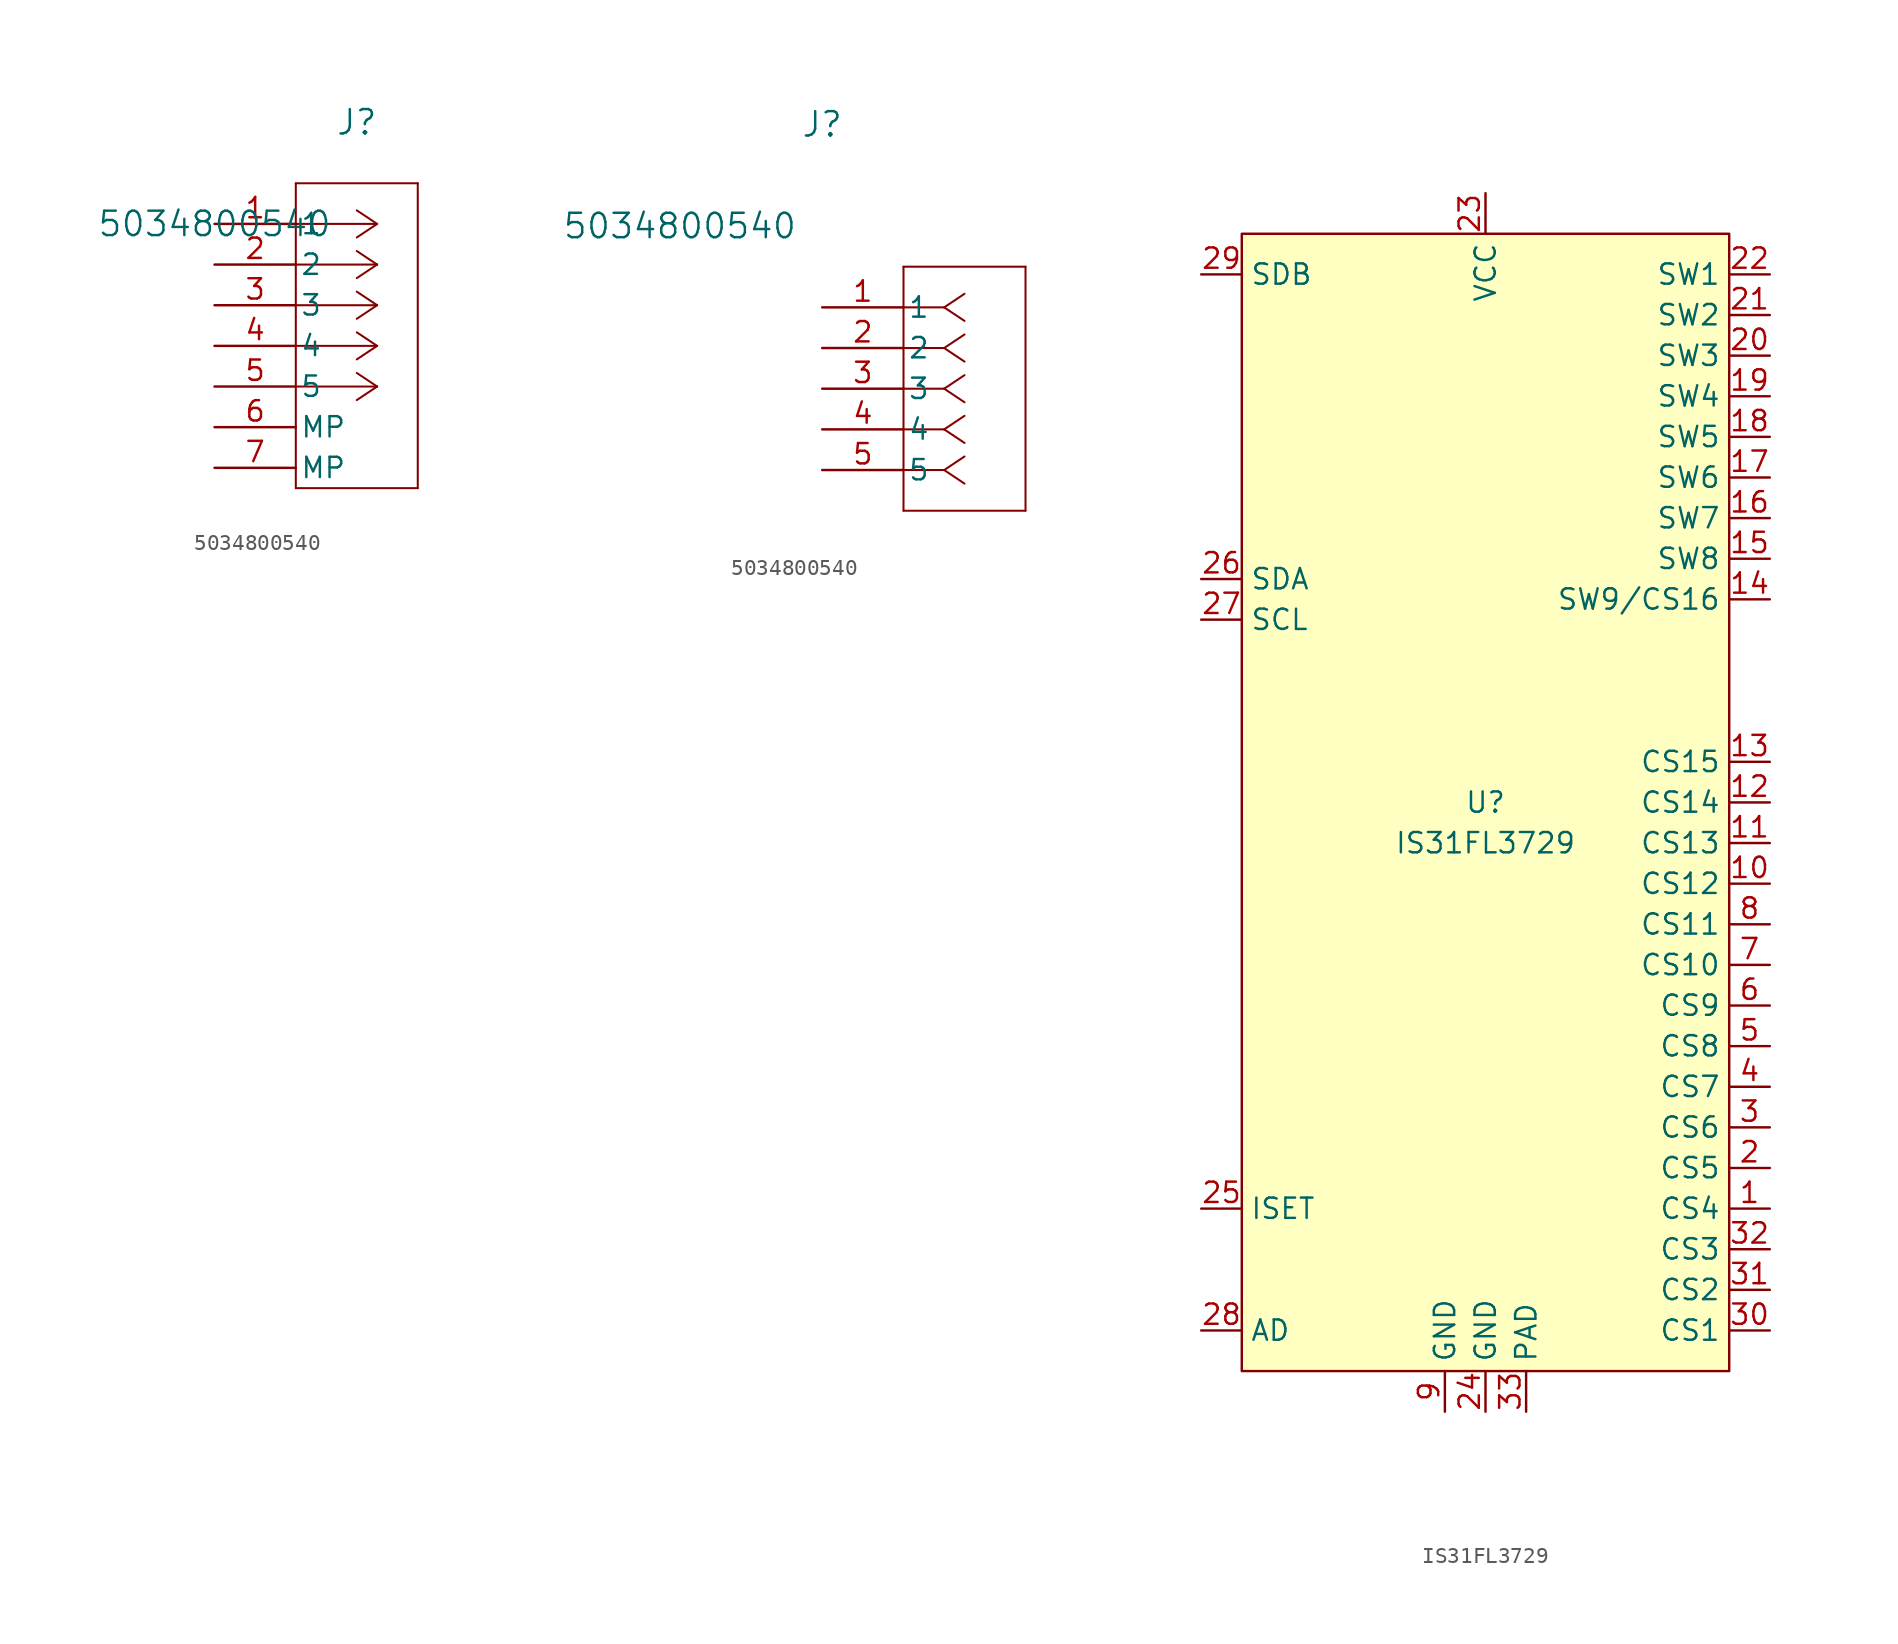
<source format=kicad_sym>
(kicad_symbol_lib
  (version 20241209)
  (generator "kicad_symbol_editor")
  (generator_version "9.0")
  (symbol "5034800540"
    (pin_names
      (offset 0.254))
    (property "Reference" "J"
      (at 0 11.43 0)
      (effects (font (size 1.524 1.524))))
    (property "Value" "5034800540"
      (at -8.89 5.08 0)
      (effects (font (size 1.524 1.524))))
    (symbol "5034800540_1_1"
      (polyline (pts (xy -3.81 7.62) (xy -3.81 -11.43)) (stroke (width 0.127) (type default)) (fill (type none)))
      (polyline (pts (xy -3.81 -11.43) (xy 3.81 -11.43)) (stroke (width 0.127) (type default)) (fill (type none)))
      (polyline (pts (xy 1.27 5.08) (xy -3.81 5.08)) (stroke (width 0.127) (type default)) (fill (type none)))
      (polyline (pts (xy 1.27 5.08) (xy 0 5.927)) (stroke (width 0.127) (type default)) (fill (type none)))
      (polyline (pts (xy 1.27 5.08) (xy 0 4.233)) (stroke (width 0.127) (type default)) (fill (type none)))
      (polyline (pts (xy 1.27 2.54) (xy -3.81 2.54)) (stroke (width 0.127) (type default)) (fill (type none)))
      (polyline (pts (xy 1.27 2.54) (xy 0 3.387)) (stroke (width 0.127) (type default)) (fill (type none)))
      (polyline (pts (xy 1.27 2.54) (xy 0 1.693)) (stroke (width 0.127) (type default)) (fill (type none)))
      (polyline (pts (xy 1.27 0) (xy -3.81 0)) (stroke (width 0.127) (type default)) (fill (type none)))
      (polyline (pts (xy 1.27 0) (xy 0 0.847)) (stroke (width 0.127) (type default)) (fill (type none)))
      (polyline (pts (xy 1.27 0) (xy 0 -0.847)) (stroke (width 0.127) (type default)) (fill (type none)))
      (polyline (pts (xy 1.27 -2.54) (xy -3.81 -2.54)) (stroke (width 0.127) (type default)) (fill (type none)))
      (polyline (pts (xy 1.27 -2.54) (xy 0 -1.693)) (stroke (width 0.127) (type default)) (fill (type none)))
      (polyline (pts (xy 1.27 -2.54) (xy 0 -3.387)) (stroke (width 0.127) (type default)) (fill (type none)))
      (polyline (pts (xy 1.27 -5.08) (xy -3.81 -5.08)) (stroke (width 0.127) (type default)) (fill (type none)))
      (polyline (pts (xy 1.27 -5.08) (xy 0 -4.233)) (stroke (width 0.127) (type default)) (fill (type none)))
      (polyline (pts (xy 1.27 -5.08) (xy 0 -5.927)) (stroke (width 0.127) (type default)) (fill (type none)))
      (polyline (pts (xy 3.81 7.62) (xy -3.81 7.62)) (stroke (width 0.127) (type default)) (fill (type none)))
      (polyline (pts (xy 3.81 -11.43) (xy 3.81 7.62)) (stroke (width 0.127) (type default)) (fill (type none)))
      (pin unspecified line (at -8.89 5.08 0) (length 5.08) (name "1" (effects (font (size 1.27 1.27)))) (number "1" (effects (font (size 1.27 1.27)))))
      (pin unspecified line (at -8.89 2.54 0) (length 5.08) (name "2" (effects (font (size 1.27 1.27)))) (number "2" (effects (font (size 1.27 1.27)))))
      (pin unspecified line (at -8.89 0 0) (length 5.08) (name "3" (effects (font (size 1.27 1.27)))) (number "3" (effects (font (size 1.27 1.27)))))
      (pin unspecified line (at -8.89 -2.54 0) (length 5.08) (name "4" (effects (font (size 1.27 1.27)))) (number "4" (effects (font (size 1.27 1.27)))))
      (pin unspecified line (at -8.89 -5.08 0) (length 5.08) (name "5" (effects (font (size 1.27 1.27)))) (number "5" (effects (font (size 1.27 1.27)))))
      (pin unspecified line (at -8.89 -7.62 0) (length 5.08) (name "MP" (effects (font (size 1.27 1.27)))) (number "6" (effects (font (size 1.27 1.27)))))
      (pin unspecified line (at -8.89 -10.16 0) (length 5.08) (name "MP" (effects (font (size 1.27 1.27)))) (number "7" (effects (font (size 1.27 1.27))))))
    (symbol "5034800540_1_2"
      (polyline (pts (xy 5.08 2.54) (xy 5.08 -12.7)) (stroke (width 0.127) (type default)) (fill (type none)))
      (polyline (pts (xy 5.08 -12.7) (xy 12.7 -12.7)) (stroke (width 0.127) (type default)) (fill (type none)))
      (polyline (pts (xy 7.62 0) (xy 5.08 0)) (stroke (width 0.127) (type default)) (fill (type none)))
      (polyline (pts (xy 7.62 0) (xy 8.89 0.847)) (stroke (width 0.127) (type default)) (fill (type none)))
      (polyline (pts (xy 7.62 0) (xy 8.89 -0.847)) (stroke (width 0.127) (type default)) (fill (type none)))
      (polyline (pts (xy 7.62 -2.54) (xy 5.08 -2.54)) (stroke (width 0.127) (type default)) (fill (type none)))
      (polyline (pts (xy 7.62 -2.54) (xy 8.89 -1.693)) (stroke (width 0.127) (type default)) (fill (type none)))
      (polyline (pts (xy 7.62 -2.54) (xy 8.89 -3.387)) (stroke (width 0.127) (type default)) (fill (type none)))
      (polyline (pts (xy 7.62 -5.08) (xy 5.08 -5.08)) (stroke (width 0.127) (type default)) (fill (type none)))
      (polyline (pts (xy 7.62 -5.08) (xy 8.89 -4.233)) (stroke (width 0.127) (type default)) (fill (type none)))
      (polyline (pts (xy 7.62 -5.08) (xy 8.89 -5.927)) (stroke (width 0.127) (type default)) (fill (type none)))
      (polyline (pts (xy 7.62 -7.62) (xy 5.08 -7.62)) (stroke (width 0.127) (type default)) (fill (type none)))
      (polyline (pts (xy 7.62 -7.62) (xy 8.89 -6.773)) (stroke (width 0.127) (type default)) (fill (type none)))
      (polyline (pts (xy 7.62 -7.62) (xy 8.89 -8.467)) (stroke (width 0.127) (type default)) (fill (type none)))
      (polyline (pts (xy 7.62 -10.16) (xy 5.08 -10.16)) (stroke (width 0.127) (type default)) (fill (type none)))
      (polyline (pts (xy 7.62 -10.16) (xy 8.89 -9.313)) (stroke (width 0.127) (type default)) (fill (type none)))
      (polyline (pts (xy 7.62 -10.16) (xy 8.89 -11.007)) (stroke (width 0.127) (type default)) (fill (type none)))
      (polyline (pts (xy 12.7 2.54) (xy 5.08 2.54)) (stroke (width 0.127) (type default)) (fill (type none)))
      (polyline (pts (xy 12.7 -12.7) (xy 12.7 2.54)) (stroke (width 0.127) (type default)) (fill (type none)))
      (pin unspecified line (at 0 0 0) (length 5.08) (name "1" (effects (font (size 1.27 1.27)))) (number "1" (effects (font (size 1.27 1.27)))))
      (pin unspecified line (at 0 -2.54 0) (length 5.08) (name "2" (effects (font (size 1.27 1.27)))) (number "2" (effects (font (size 1.27 1.27)))))
      (pin unspecified line (at 0 -5.08 0) (length 5.08) (name "3" (effects (font (size 1.27 1.27)))) (number "3" (effects (font (size 1.27 1.27)))))
      (pin unspecified line (at 0 -7.62 0) (length 5.08) (name "4" (effects (font (size 1.27 1.27)))) (number "4" (effects (font (size 1.27 1.27)))))
      (pin unspecified line (at 0 -10.16 0) (length 5.08) (name "5" (effects (font (size 1.27 1.27)))) (number "5" (effects (font (size 1.27 1.27)))))))
  (symbol "IS31FL3729"
    (property "Reference" "U"
      (at 0 0 0)
      (effects (font (size 1.27 1.27))))
    (property "Value" "IS31FL3729"
      (at 0 -2.54 0)
      (effects (font (size 1.27 1.27))))
    (symbol "IS31FL3729_1_1"
      (rectangle (start -15.24 35.56) (end 15.24 -35.56) (stroke (width 0) (type solid)) (fill (type background)))
      (pin input line (at -17.78 33.02 0) (length 2.54) (name "SDB" (effects (font (size 1.27 1.27)))) (number "29" (effects (font (size 1.27 1.27)))))
      (pin input line (at -17.78 13.97 0) (length 2.54) (name "SDA" (effects (font (size 1.27 1.27)))) (number "26" (effects (font (size 1.27 1.27)))))
      (pin input line (at -17.78 11.43 0) (length 2.54) (name "SCL" (effects (font (size 1.27 1.27)))) (number "27" (effects (font (size 1.27 1.27)))))
      (pin input line (at -17.78 -25.4 0) (length 2.54) (name "ISET" (effects (font (size 1.27 1.27)))) (number "25" (effects (font (size 1.27 1.27)))))
      (pin input line (at -17.78 -33.02 0) (length 2.54) (name "AD" (effects (font (size 1.27 1.27)))) (number "28" (effects (font (size 1.27 1.27)))))
      (pin input line (at -2.54 -38.1 90) (length 2.54) (name "GND" (effects (font (size 1.27 1.27)))) (number "9" (effects (font (size 1.27 1.27)))))
      (pin input line (at 0 38.1 270) (length 2.54) (name "VCC" (effects (font (size 1.27 1.27)))) (number "23" (effects (font (size 1.27 1.27)))))
      (pin input line (at 0 -38.1 90) (length 2.54) (name "GND" (effects (font (size 1.27 1.27)))) (number "24" (effects (font (size 1.27 1.27)))))
      (pin input line (at 2.54 -38.1 90) (length 2.54) (name "PAD" (effects (font (size 1.27 1.27)))) (number "33" (effects (font (size 1.27 1.27)))))
      (pin input line (at 17.78 33.02 180) (length 2.54) (name "SW1" (effects (font (size 1.27 1.27)))) (number "22" (effects (font (size 1.27 1.27)))))
      (pin input line (at 17.78 30.48 180) (length 2.54) (name "SW2" (effects (font (size 1.27 1.27)))) (number "21" (effects (font (size 1.27 1.27)))))
      (pin input line (at 17.78 27.94 180) (length 2.54) (name "SW3" (effects (font (size 1.27 1.27)))) (number "20" (effects (font (size 1.27 1.27)))))
      (pin input line (at 17.78 25.4 180) (length 2.54) (name "SW4" (effects (font (size 1.27 1.27)))) (number "19" (effects (font (size 1.27 1.27)))))
      (pin input line (at 17.78 22.86 180) (length 2.54) (name "SW5" (effects (font (size 1.27 1.27)))) (number "18" (effects (font (size 1.27 1.27)))))
      (pin input line (at 17.78 20.32 180) (length 2.54) (name "SW6" (effects (font (size 1.27 1.27)))) (number "17" (effects (font (size 1.27 1.27)))))
      (pin input line (at 17.78 17.78 180) (length 2.54) (name "SW7" (effects (font (size 1.27 1.27)))) (number "16" (effects (font (size 1.27 1.27)))))
      (pin input line (at 17.78 15.24 180) (length 2.54) (name "SW8" (effects (font (size 1.27 1.27)))) (number "15" (effects (font (size 1.27 1.27)))))
      (pin input line (at 17.78 12.7 180) (length 2.54) (name "SW9/CS16" (effects (font (size 1.27 1.27)))) (number "14" (effects (font (size 1.27 1.27)))))
      (pin input line (at 17.78 2.54 180) (length 2.54) (name "CS15" (effects (font (size 1.27 1.27)))) (number "13" (effects (font (size 1.27 1.27)))))
      (pin input line (at 17.78 0 180) (length 2.54) (name "CS14" (effects (font (size 1.27 1.27)))) (number "12" (effects (font (size 1.27 1.27)))))
      (pin input line (at 17.78 -2.54 180) (length 2.54) (name "CS13" (effects (font (size 1.27 1.27)))) (number "11" (effects (font (size 1.27 1.27)))))
      (pin input line (at 17.78 -5.08 180) (length 2.54) (name "CS12" (effects (font (size 1.27 1.27)))) (number "10" (effects (font (size 1.27 1.27)))))
      (pin input line (at 17.78 -7.62 180) (length 2.54) (name "CS11" (effects (font (size 1.27 1.27)))) (number "8" (effects (font (size 1.27 1.27)))))
      (pin input line (at 17.78 -10.16 180) (length 2.54) (name "CS10" (effects (font (size 1.27 1.27)))) (number "7" (effects (font (size 1.27 1.27)))))
      (pin input line (at 17.78 -12.7 180) (length 2.54) (name "CS9" (effects (font (size 1.27 1.27)))) (number "6" (effects (font (size 1.27 1.27)))))
      (pin input line (at 17.78 -15.24 180) (length 2.54) (name "CS8" (effects (font (size 1.27 1.27)))) (number "5" (effects (font (size 1.27 1.27)))))
      (pin input line (at 17.78 -17.78 180) (length 2.54) (name "CS7" (effects (font (size 1.27 1.27)))) (number "4" (effects (font (size 1.27 1.27)))))
      (pin input line (at 17.78 -20.32 180) (length 2.54) (name "CS6" (effects (font (size 1.27 1.27)))) (number "3" (effects (font (size 1.27 1.27)))))
      (pin input line (at 17.78 -22.86 180) (length 2.54) (name "CS5" (effects (font (size 1.27 1.27)))) (number "2" (effects (font (size 1.27 1.27)))))
      (pin input line (at 17.78 -25.4 180) (length 2.54) (name "CS4" (effects (font (size 1.27 1.27)))) (number "1" (effects (font (size 1.27 1.27)))))
      (pin input line (at 17.78 -27.94 180) (length 2.54) (name "CS3" (effects (font (size 1.27 1.27)))) (number "32" (effects (font (size 1.27 1.27)))))
      (pin input line (at 17.78 -30.48 180) (length 2.54) (name "CS2" (effects (font (size 1.27 1.27)))) (number "31" (effects (font (size 1.27 1.27)))))
      (pin input line (at 17.78 -33.02 180) (length 2.54) (name "CS1" (effects (font (size 1.27 1.27)))) (number "30" (effects (font (size 1.27 1.27))))))))
</source>
